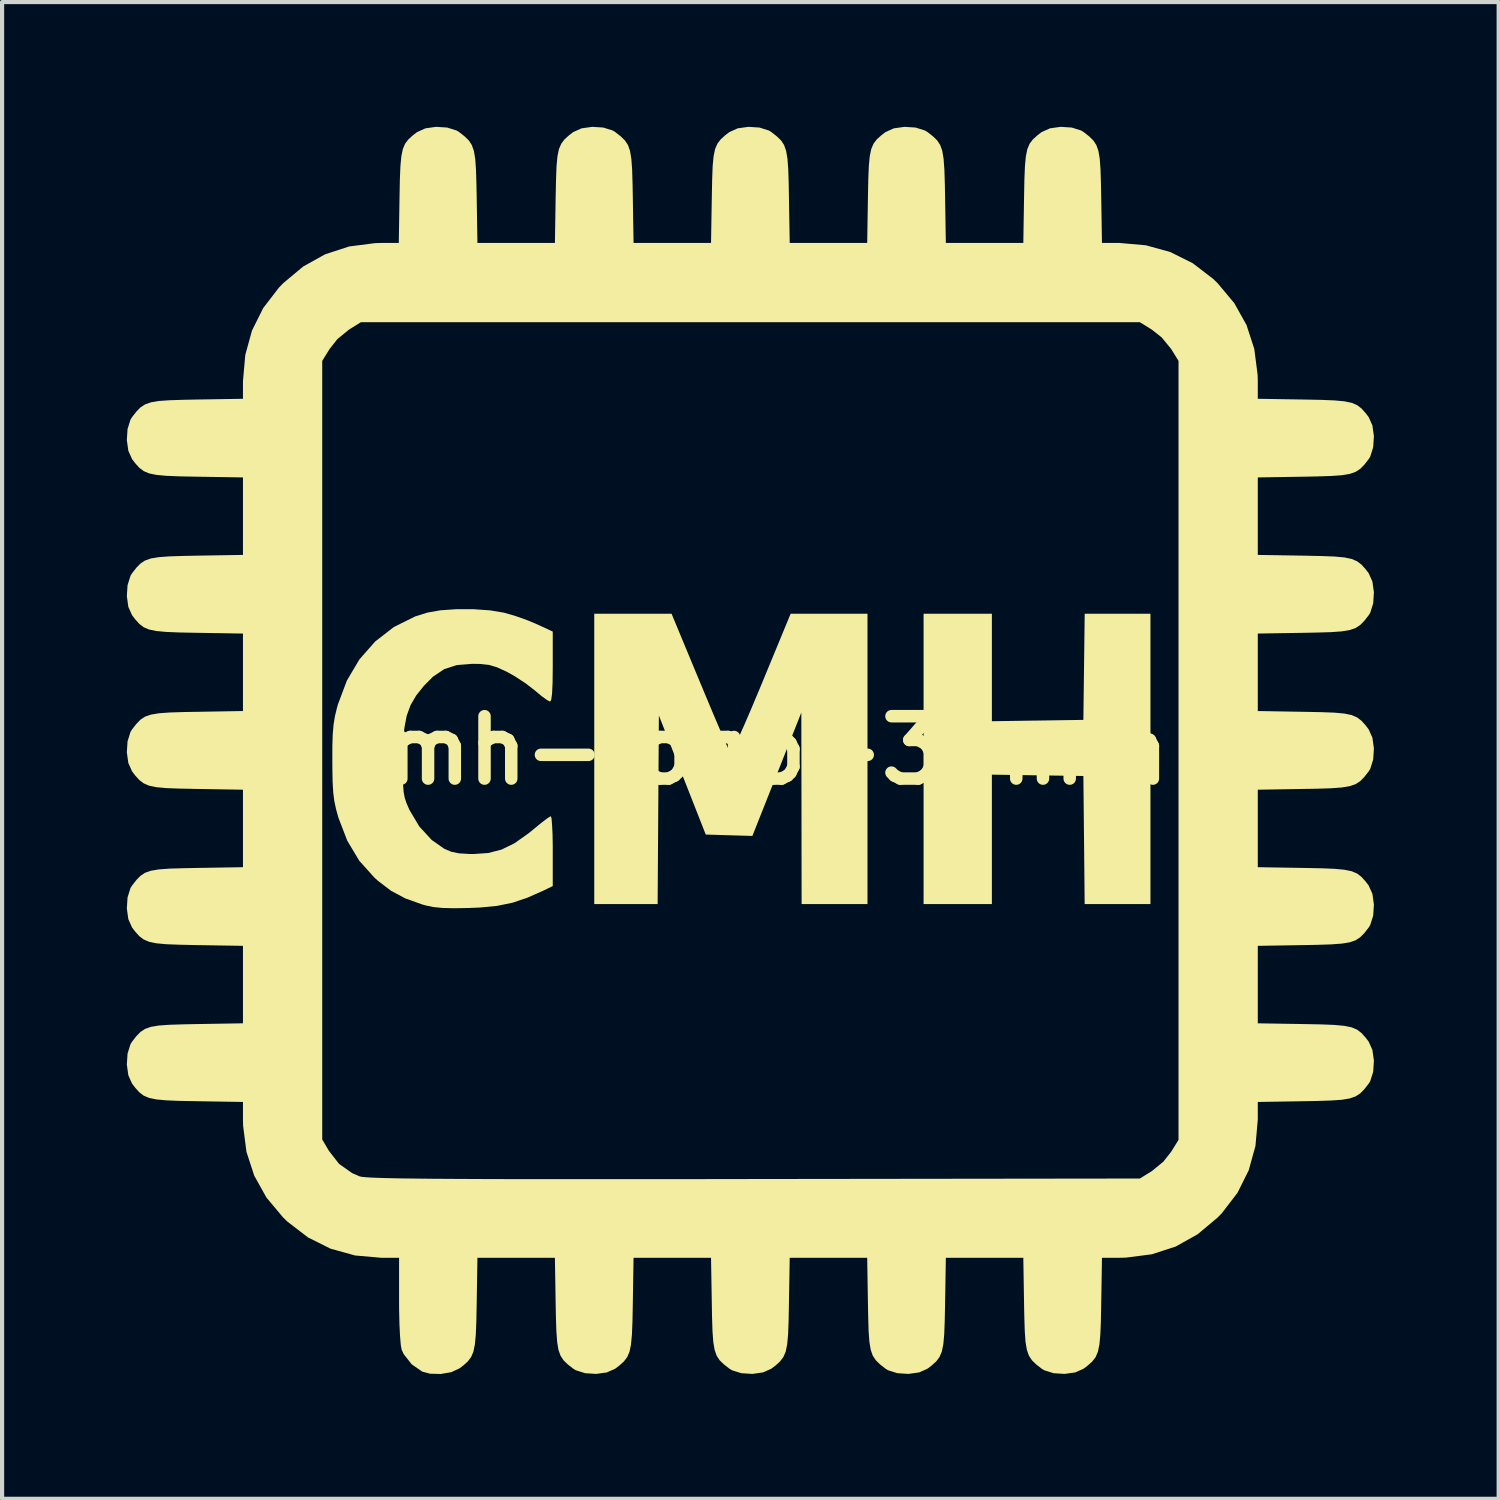
<source format=kicad_pcb>
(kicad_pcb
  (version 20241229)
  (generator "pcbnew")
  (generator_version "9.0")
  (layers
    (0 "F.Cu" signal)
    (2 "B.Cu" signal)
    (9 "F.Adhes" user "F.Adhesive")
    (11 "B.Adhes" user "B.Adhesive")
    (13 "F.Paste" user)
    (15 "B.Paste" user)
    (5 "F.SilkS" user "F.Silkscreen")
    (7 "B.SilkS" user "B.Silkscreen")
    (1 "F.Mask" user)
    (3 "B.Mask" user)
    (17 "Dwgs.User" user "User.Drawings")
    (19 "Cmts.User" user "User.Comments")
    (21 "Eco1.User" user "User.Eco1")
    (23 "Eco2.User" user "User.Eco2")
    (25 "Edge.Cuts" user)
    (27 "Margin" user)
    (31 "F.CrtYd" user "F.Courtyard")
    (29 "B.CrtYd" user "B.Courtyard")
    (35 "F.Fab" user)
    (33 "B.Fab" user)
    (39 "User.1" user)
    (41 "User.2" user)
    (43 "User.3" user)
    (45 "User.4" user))
  (footprint "cmh-logo-30mm"
    (layer "F.Cu")
    (at 14.993 14.993)
    (property "Reference" "cmh-logo-30mm" (at 0 0 0) (layer "F.SilkS") (effects (font (size 1.5 1.5) (thickness 0.3))))
    (attr board_only exclude_from_pos_files exclude_from_bom)
    (fp_poly (pts (xy 5.807 -1.993) (xy 5.807 -0.701) (xy 6.907 -0.717) (xy 8.007 -0.733) (xy 8.023 -2.009) (xy 8.039 -3.285) (xy 8.83 -3.285) (xy 9.62 -3.285) (xy 9.62 0.205) (xy 9.62 3.696) (xy 8.829 3.696) (xy 8.038 3.696) (xy 8.023 2.156) (xy 8.007 0.616) (xy 6.907 0.6) (xy 5.807 0.584) (xy 5.807 2.14) (xy 5.807 3.696) (xy 4.986 3.696) (xy 4.165 3.696) (xy 4.165 0.205) (xy 4.165 -3.285) (xy 4.986 -3.285) (xy 5.807 -3.285)) (stroke (width 0) (type solid)) (fill yes) (layer "F.SilkS"))
    (fp_poly (pts (xy -1.207 -1.628) (xy -1.034 -1.214) (xy -0.875 -0.835) (xy -0.734 -0.505) (xy -0.618 -0.236) (xy -0.534 -0.044) (xy -0.485 0.059) (xy -0.477 0.072) (xy -0.446 0.031) (xy -0.376 -0.107) (xy -0.273 -0.328) (xy -0.143 -0.62) (xy 0.008 -0.97) (xy 0.175 -1.367) (xy 0.266 -1.585) (xy 0.968 -3.285) (xy 1.892 -3.285) (xy 2.816 -3.285) (xy 2.816 0.205) (xy 2.816 3.696) (xy 2.024 3.696) (xy 1.232 3.696) (xy 1.229 1.393) (xy 1.225 -0.909) (xy 0.637 0.574) (xy 0.048 2.057) (xy -0.512 2.041) (xy -1.073 2.024) (xy -1.636 0.592) (xy -2.2 -0.839) (xy -2.215 1.428) (xy -2.23 3.696) (xy -2.992 3.696) (xy -3.754 3.696) (xy -3.754 0.205) (xy -3.754 -3.285) (xy -2.825 -3.285) (xy -1.895 -3.285)) (stroke (width 0) (type solid)) (fill yes) (layer "F.SilkS"))
    (fp_poly (pts (xy -6.652 -3.394) (xy -6.254 -3.366) (xy -5.925 -3.311) (xy -5.663 -3.236) (xy -5.369 -3.132) (xy -5.147 -3.039) (xy -4.752 -2.857) (xy -4.752 -2.015) (xy -4.756 -1.634) (xy -4.768 -1.369) (xy -4.789 -1.216) (xy -4.815 -1.173) (xy -4.889 -1.21) (xy -5.02 -1.305) (xy -5.181 -1.439) (xy -5.182 -1.44) (xy -5.404 -1.612) (xy -5.669 -1.785) (xy -5.865 -1.894) (xy -6.093 -1.998) (xy -6.284 -2.055) (xy -6.495 -2.078) (xy -6.686 -2.081) (xy -7.059 -2.051) (xy -7.362 -1.953) (xy -7.631 -1.773) (xy -7.851 -1.551) (xy -8.036 -1.319) (xy -8.171 -1.088) (xy -8.264 -0.833) (xy -8.321 -0.531) (xy -8.35 -0.156) (xy -8.358 0.235) (xy -8.357 0.572) (xy -8.351 0.818) (xy -8.338 0.998) (xy -8.312 1.138) (xy -8.27 1.265) (xy -8.21 1.404) (xy -8.195 1.437) (xy -7.96 1.831) (xy -7.663 2.154) (xy -7.362 2.365) (xy -7.197 2.436) (xy -7.009 2.476) (xy -6.757 2.491) (xy -6.658 2.492) (xy -6.303 2.468) (xy -5.984 2.386) (xy -5.673 2.234) (xy -5.34 1.999) (xy -5.194 1.88) (xy -5.023 1.74) (xy -4.885 1.635) (xy -4.805 1.586) (xy -4.798 1.584) (xy -4.781 1.639) (xy -4.768 1.791) (xy -4.757 2.018) (xy -4.752 2.301) (xy -4.752 2.424) (xy -4.752 3.263) (xy -4.971 3.369) (xy -5.365 3.544) (xy -5.723 3.664) (xy -6.089 3.739) (xy -6.505 3.779) (xy -6.775 3.79) (xy -7.132 3.796) (xy -7.403 3.789) (xy -7.617 3.768) (xy -7.805 3.729) (xy -7.89 3.705) (xy -8.298 3.559) (xy -8.638 3.378) (xy -8.958 3.134) (xy -9.041 3.059) (xy -9.405 2.653) (xy -9.693 2.172) (xy -9.904 1.623) (xy -9.963 1.413) (xy -10.004 1.22) (xy -10.03 1.013) (xy -10.045 0.764) (xy -10.051 0.44) (xy -10.052 0.264) (xy -10.051 -0.107) (xy -10.042 -0.392) (xy -10.022 -0.621) (xy -9.989 -0.824) (xy -9.938 -1.033) (xy -9.92 -1.099) (xy -9.703 -1.677) (xy -9.401 -2.187) (xy -9.021 -2.619) (xy -8.573 -2.966) (xy -8.064 -3.219) (xy -7.77 -3.312) (xy -7.453 -3.368) (xy -7.066 -3.395)) (stroke (width 0) (type solid)) (fill yes) (layer "F.SilkS"))
    (fp_poly (pts (xy 7.727 -14.976) (xy 7.953 -14.905) (xy 8.014 -14.867) (xy 8.147 -14.763) (xy 8.247 -14.665) (xy 8.319 -14.555) (xy 8.369 -14.414) (xy 8.401 -14.223) (xy 8.419 -13.966) (xy 8.43 -13.622) (xy 8.436 -13.312) (xy 8.454 -12.201) (xy 8.876 -12.201) (xy 9.51 -12.145) (xy 10.097 -11.983) (xy 10.636 -11.714) (xy 11.127 -11.338) (xy 11.234 -11.234) (xy 11.635 -10.755) (xy 11.93 -10.228) (xy 12.117 -9.652) (xy 12.197 -9.029) (xy 12.201 -8.876) (xy 12.201 -8.454) (xy 13.312 -8.436) (xy 13.728 -8.428) (xy 14.046 -8.415) (xy 14.283 -8.393) (xy 14.458 -8.357) (xy 14.588 -8.302) (xy 14.693 -8.222) (xy 14.791 -8.113) (xy 14.867 -8.014) (xy 14.957 -7.813) (xy 14.993 -7.556) (xy 14.976 -7.291) (xy 14.905 -7.064) (xy 14.867 -7.003) (xy 14.763 -6.87) (xy 14.665 -6.77) (xy 14.555 -6.698) (xy 14.414 -6.648) (xy 14.223 -6.616) (xy 13.966 -6.598) (xy 13.622 -6.587) (xy 13.312 -6.581) (xy 12.201 -6.563) (xy 12.201 -5.631) (xy 12.201 -4.7) (xy 13.312 -4.682) (xy 13.728 -4.673) (xy 14.046 -4.661) (xy 14.283 -4.639) (xy 14.458 -4.603) (xy 14.588 -4.547) (xy 14.693 -4.468) (xy 14.791 -4.359) (xy 14.867 -4.26) (xy 14.957 -4.059) (xy 14.993 -3.802) (xy 14.976 -3.536) (xy 14.905 -3.31) (xy 14.867 -3.249) (xy 14.763 -3.116) (xy 14.665 -3.016) (xy 14.555 -2.943) (xy 14.414 -2.894) (xy 14.223 -2.862) (xy 13.966 -2.843) (xy 13.622 -2.833) (xy 13.312 -2.827) (xy 12.201 -2.809) (xy 12.201 -1.877) (xy 12.201 -0.946) (xy 13.312 -0.927) (xy 13.728 -0.919) (xy 14.046 -0.907) (xy 14.283 -0.885) (xy 14.458 -0.849) (xy 14.588 -0.793) (xy 14.693 -0.713) (xy 14.791 -0.605) (xy 14.867 -0.505) (xy 14.957 -0.305) (xy 14.993 -0.048) (xy 14.976 0.218) (xy 14.905 0.444) (xy 14.867 0.505) (xy 14.763 0.638) (xy 14.665 0.739) (xy 14.555 0.811) (xy 14.414 0.86) (xy 14.223 0.892) (xy 13.966 0.911) (xy 13.622 0.922) (xy 13.312 0.927) (xy 12.201 0.946) (xy 12.201 1.877) (xy 12.201 2.809) (xy 13.312 2.827) (xy 13.728 2.835) (xy 14.046 2.848) (xy 14.283 2.87) (xy 14.458 2.906) (xy 14.588 2.961) (xy 14.693 3.041) (xy 14.791 3.15) (xy 14.867 3.249) (xy 14.957 3.45) (xy 14.993 3.707) (xy 14.976 3.972) (xy 14.905 4.198) (xy 14.867 4.26) (xy 14.763 4.393) (xy 14.665 4.493) (xy 14.555 4.565) (xy 14.414 4.615) (xy 14.223 4.646) (xy 13.966 4.665) (xy 13.622 4.676) (xy 13.312 4.682) (xy 12.201 4.7) (xy 12.201 5.631) (xy 12.201 6.563) (xy 13.312 6.581) (xy 13.728 6.589) (xy 14.046 6.602) (xy 14.283 6.624) (xy 14.458 6.66) (xy 14.588 6.715) (xy 14.693 6.795) (xy 14.791 6.904) (xy 14.867 7.003) (xy 14.957 7.204) (xy 14.993 7.461) (xy 14.976 7.727) (xy 14.905 7.953) (xy 14.867 8.014) (xy 14.763 8.147) (xy 14.665 8.247) (xy 14.555 8.319) (xy 14.414 8.369) (xy 14.223 8.401) (xy 13.966 8.419) (xy 13.622 8.43) (xy 13.312 8.436) (xy 12.201 8.454) (xy 12.201 8.876) (xy 12.145 9.51) (xy 11.983 10.097) (xy 11.714 10.636) (xy 11.338 11.127) (xy 11.234 11.234) (xy 10.755 11.635) (xy 10.228 11.93) (xy 9.652 12.117) (xy 9.029 12.197) (xy 8.876 12.201) (xy 8.454 12.201) (xy 8.436 13.312) (xy 8.428 13.728) (xy 8.415 14.046) (xy 8.393 14.283) (xy 8.357 14.458) (xy 8.302 14.588) (xy 8.222 14.693) (xy 8.113 14.791) (xy 8.014 14.867) (xy 7.813 14.957) (xy 7.556 14.993) (xy 7.291 14.976) (xy 7.064 14.905) (xy 7.003 14.867) (xy 6.87 14.763) (xy 6.77 14.665) (xy 6.698 14.555) (xy 6.648 14.414) (xy 6.616 14.223) (xy 6.598 13.966) (xy 6.587 13.622) (xy 6.581 13.312) (xy 6.563 12.201) (xy 5.631 12.201) (xy 4.7 12.201) (xy 4.682 13.312) (xy 4.673 13.728) (xy 4.661 14.046) (xy 4.639 14.283) (xy 4.603 14.458) (xy 4.547 14.588) (xy 4.468 14.693) (xy 4.359 14.791) (xy 4.26 14.867) (xy 4.059 14.957) (xy 3.802 14.993) (xy 3.536 14.976) (xy 3.31 14.905) (xy 3.249 14.867) (xy 3.116 14.763) (xy 3.016 14.665) (xy 2.943 14.555) (xy 2.894 14.414) (xy 2.862 14.223) (xy 2.843 13.966) (xy 2.833 13.622) (xy 2.827 13.312) (xy 2.809 12.201) (xy 1.877 12.201) (xy 0.946 12.201) (xy 0.927 13.312) (xy 0.919 13.728) (xy 0.907 14.046) (xy 0.885 14.283) (xy 0.849 14.458) (xy 0.793 14.588) (xy 0.713 14.693) (xy 0.605 14.791) (xy 0.505 14.867) (xy 0.305 14.957) (xy 0.048 14.993) (xy -0.218 14.976) (xy -0.444 14.905) (xy -0.505 14.867) (xy -0.638 14.763) (xy -0.739 14.665) (xy -0.811 14.555) (xy -0.86 14.414) (xy -0.892 14.223) (xy -0.911 13.966) (xy -0.922 13.622) (xy -0.927 13.312) (xy -0.946 12.201) (xy -1.877 12.201) (xy -2.809 12.201) (xy -2.827 13.312) (xy -2.835 13.728) (xy -2.848 14.046) (xy -2.87 14.283) (xy -2.906 14.458) (xy -2.961 14.588) (xy -3.041 14.693) (xy -3.15 14.791) (xy -3.249 14.867) (xy -3.45 14.957) (xy -3.707 14.993) (xy -3.972 14.976) (xy -4.198 14.905) (xy -4.26 14.867) (xy -4.393 14.763) (xy -4.493 14.665) (xy -4.565 14.555) (xy -4.615 14.414) (xy -4.646 14.223) (xy -4.665 13.966) (xy -4.676 13.622) (xy -4.682 13.312) (xy -4.7 12.201) (xy -5.631 12.201) (xy -6.563 12.201) (xy -6.581 13.312) (xy -6.589 13.729) (xy -6.602 14.046) (xy -6.624 14.283) (xy -6.66 14.458) (xy -6.715 14.588) (xy -6.794 14.692) (xy -6.901 14.789) (xy -6.995 14.86) (xy -7.191 14.951) (xy -7.445 14.995) (xy -7.703 14.988) (xy -7.89 14.938) (xy -8.143 14.763) (xy -8.334 14.52) (xy -8.385 14.412) (xy -8.406 14.296) (xy -8.424 14.084) (xy -8.438 13.796) (xy -8.446 13.455) (xy -8.447 13.224) (xy -8.447 12.201) (xy -8.872 12.201) (xy -9.507 12.145) (xy -10.095 11.982) (xy -10.636 11.712) (xy -11.128 11.335) (xy -11.234 11.233) (xy -11.635 10.755) (xy -11.929 10.228) (xy -12.117 9.653) (xy -12.155 9.356) (xy -10.295 9.356) (xy -10.133 9.631) (xy -9.89 9.943) (xy -9.576 10.165) (xy -9.392 10.244) (xy -9.344 10.254) (xy -9.256 10.263) (xy -9.124 10.272) (xy -8.943 10.279) (xy -8.708 10.286) (xy -8.413 10.292) (xy -8.055 10.296) (xy -7.628 10.301) (xy -7.128 10.304) (xy -6.549 10.307) (xy -5.887 10.309) (xy -5.137 10.31) (xy -4.293 10.31) (xy -3.352 10.31) (xy -2.308 10.31) (xy -1.157 10.309) (xy 0.093 10.307) (xy 9.366 10.295) (xy 9.653 10.117) (xy 9.93 9.89) (xy 10.117 9.653) (xy 10.295 9.366) (xy 10.295 0) (xy 10.295 -9.366) (xy 10.117 -9.653) (xy 9.89 -9.93) (xy 9.653 -10.117) (xy 9.366 -10.295) (xy 0 -10.295) (xy -9.366 -10.295) (xy -9.653 -10.117) (xy -9.93 -9.89) (xy -10.117 -9.653) (xy -10.295 -9.366) (xy -10.295 -0.005) (xy -10.295 9.356) (xy -12.155 9.356) (xy -12.197 9.03) (xy -12.201 8.876) (xy -12.201 8.454) (xy -13.312 8.436) (xy -13.728 8.428) (xy -14.046 8.415) (xy -14.283 8.393) (xy -14.458 8.357) (xy -14.588 8.302) (xy -14.693 8.222) (xy -14.791 8.113) (xy -14.867 8.014) (xy -14.957 7.813) (xy -14.993 7.556) (xy -14.976 7.291) (xy -14.905 7.064) (xy -14.867 7.003) (xy -14.763 6.87) (xy -14.665 6.77) (xy -14.555 6.698) (xy -14.414 6.648) (xy -14.223 6.616) (xy -13.966 6.598) (xy -13.622 6.587) (xy -13.312 6.581) (xy -12.201 6.563) (xy -12.201 5.631) (xy -12.201 4.7) (xy -13.312 4.682) (xy -13.728 4.673) (xy -14.046 4.661) (xy -14.283 4.639) (xy -14.458 4.603) (xy -14.588 4.547) (xy -14.693 4.468) (xy -14.791 4.359) (xy -14.867 4.26) (xy -14.957 4.059) (xy -14.993 3.802) (xy -14.976 3.536) (xy -14.905 3.31) (xy -14.867 3.249) (xy -14.763 3.116) (xy -14.665 3.016) (xy -14.555 2.943) (xy -14.414 2.894) (xy -14.223 2.862) (xy -13.966 2.843) (xy -13.622 2.833) (xy -13.312 2.827) (xy -12.201 2.809) (xy -12.201 1.877) (xy -12.201 0.946) (xy -13.312 0.927) (xy -13.728 0.919) (xy -14.046 0.907) (xy -14.283 0.885) (xy -14.458 0.849) (xy -14.588 0.793) (xy -14.693 0.713) (xy -14.791 0.605) (xy -14.867 0.505) (xy -14.957 0.305) (xy -14.993 0.048) (xy -14.976 -0.218) (xy -14.905 -0.444) (xy -14.867 -0.505) (xy -14.763 -0.638) (xy -14.665 -0.739) (xy -14.555 -0.811) (xy -14.414 -0.86) (xy -14.223 -0.892) (xy -13.966 -0.911) (xy -13.622 -0.922) (xy -13.312 -0.927) (xy -12.201 -0.946) (xy -12.201 -1.877) (xy -12.201 -2.809) (xy -13.312 -2.827) (xy -13.728 -2.835) (xy -14.046 -2.848) (xy -14.283 -2.87) (xy -14.458 -2.906) (xy -14.588 -2.961) (xy -14.693 -3.041) (xy -14.791 -3.15) (xy -14.867 -3.249) (xy -14.957 -3.45) (xy -14.993 -3.707) (xy -14.976 -3.972) (xy -14.905 -4.198) (xy -14.867 -4.26) (xy -14.763 -4.393) (xy -14.665 -4.493) (xy -14.555 -4.565) (xy -14.414 -4.615) (xy -14.223 -4.646) (xy -13.966 -4.665) (xy -13.622 -4.676) (xy -13.312 -4.682) (xy -12.201 -4.7) (xy -12.201 -5.631) (xy -12.201 -6.563) (xy -13.312 -6.581) (xy -13.728 -6.589) (xy -14.046 -6.602) (xy -14.283 -6.624) (xy -14.458 -6.66) (xy -14.588 -6.715) (xy -14.693 -6.795) (xy -14.791 -6.904) (xy -14.867 -7.003) (xy -14.957 -7.204) (xy -14.993 -7.461) (xy -14.976 -7.727) (xy -14.905 -7.953) (xy -14.867 -8.014) (xy -14.763 -8.147) (xy -14.665 -8.247) (xy -14.555 -8.319) (xy -14.414 -8.369) (xy -14.223 -8.401) (xy -13.966 -8.419) (xy -13.622 -8.43) (xy -13.312 -8.436) (xy -12.201 -8.454) (xy -12.201 -8.876) (xy -12.145 -9.51) (xy -11.983 -10.097) (xy -11.714 -10.636) (xy -11.338 -11.125) (xy -11.234 -11.233) (xy -10.754 -11.634) (xy -10.224 -11.929) (xy -9.646 -12.117) (xy -9.023 -12.197) (xy -8.876 -12.201) (xy -8.454 -12.201) (xy -8.436 -13.312) (xy -8.428 -13.728) (xy -8.415 -14.046) (xy -8.393 -14.283) (xy -8.357 -14.458) (xy -8.302 -14.588) (xy -8.222 -14.693) (xy -8.113 -14.791) (xy -8.014 -14.867) (xy -7.813 -14.957) (xy -7.556 -14.993) (xy -7.291 -14.976) (xy -7.064 -14.905) (xy -7.003 -14.867) (xy -6.87 -14.763) (xy -6.77 -14.665) (xy -6.698 -14.555) (xy -6.648 -14.414) (xy -6.616 -14.223) (xy -6.598 -13.966) (xy -6.587 -13.622) (xy -6.581 -13.312) (xy -6.563 -12.201) (xy -5.631 -12.201) (xy -4.7 -12.201) (xy -4.682 -13.312) (xy -4.673 -13.728) (xy -4.661 -14.046) (xy -4.639 -14.283) (xy -4.603 -14.458) (xy -4.547 -14.588) (xy -4.468 -14.693) (xy -4.359 -14.791) (xy -4.26 -14.867) (xy -4.059 -14.957) (xy -3.802 -14.993) (xy -3.536 -14.976) (xy -3.31 -14.905) (xy -3.249 -14.867) (xy -3.116 -14.763) (xy -3.016 -14.665) (xy -2.943 -14.555) (xy -2.894 -14.414) (xy -2.862 -14.223) (xy -2.843 -13.966) (xy -2.833 -13.622) (xy -2.827 -13.312) (xy -2.809 -12.201) (xy -1.877 -12.201) (xy -0.946 -12.201) (xy -0.927 -13.312) (xy -0.919 -13.728) (xy -0.907 -14.046) (xy -0.885 -14.283) (xy -0.849 -14.458) (xy -0.793 -14.588) (xy -0.713 -14.693) (xy -0.605 -14.791) (xy -0.505 -14.867) (xy -0.305 -14.957) (xy -0.048 -14.993) (xy 0.218 -14.976) (xy 0.444 -14.905) (xy 0.505 -14.867) (xy 0.638 -14.763) (xy 0.739 -14.665) (xy 0.811 -14.555) (xy 0.86 -14.414) (xy 0.892 -14.223) (xy 0.911 -13.966) (xy 0.922 -13.622) (xy 0.927 -13.312) (xy 0.946 -12.201) (xy 1.877 -12.201) (xy 2.809 -12.201) (xy 2.827 -13.312) (xy 2.835 -13.728) (xy 2.848 -14.046) (xy 2.87 -14.283) (xy 2.906 -14.458) (xy 2.961 -14.588) (xy 3.041 -14.693) (xy 3.15 -14.791) (xy 3.249 -14.867) (xy 3.45 -14.957) (xy 3.707 -14.993) (xy 3.972 -14.976) (xy 4.198 -14.905) (xy 4.26 -14.867) (xy 4.393 -14.763) (xy 4.493 -14.665) (xy 4.565 -14.555) (xy 4.615 -14.414) (xy 4.646 -14.223) (xy 4.665 -13.966) (xy 4.676 -13.622) (xy 4.682 -13.312) (xy 4.7 -12.201) (xy 5.631 -12.201) (xy 6.563 -12.201) (xy 6.581 -13.312) (xy 6.589 -13.728) (xy 6.602 -14.046) (xy 6.624 -14.283) (xy 6.66 -14.458) (xy 6.715 -14.588) (xy 6.795 -14.693) (xy 6.904 -14.791) (xy 7.003 -14.867) (xy 7.204 -14.957) (xy 7.461 -14.993)) (stroke (width 0) (type solid)) (fill yes) (layer "F.SilkS")))
  (gr_rect
    (start -3 -3)
    (end 32.986 32.989)
    (stroke (width 0.1) (type default))
    (fill no)
    (layer "Edge.Cuts")))
</source>
